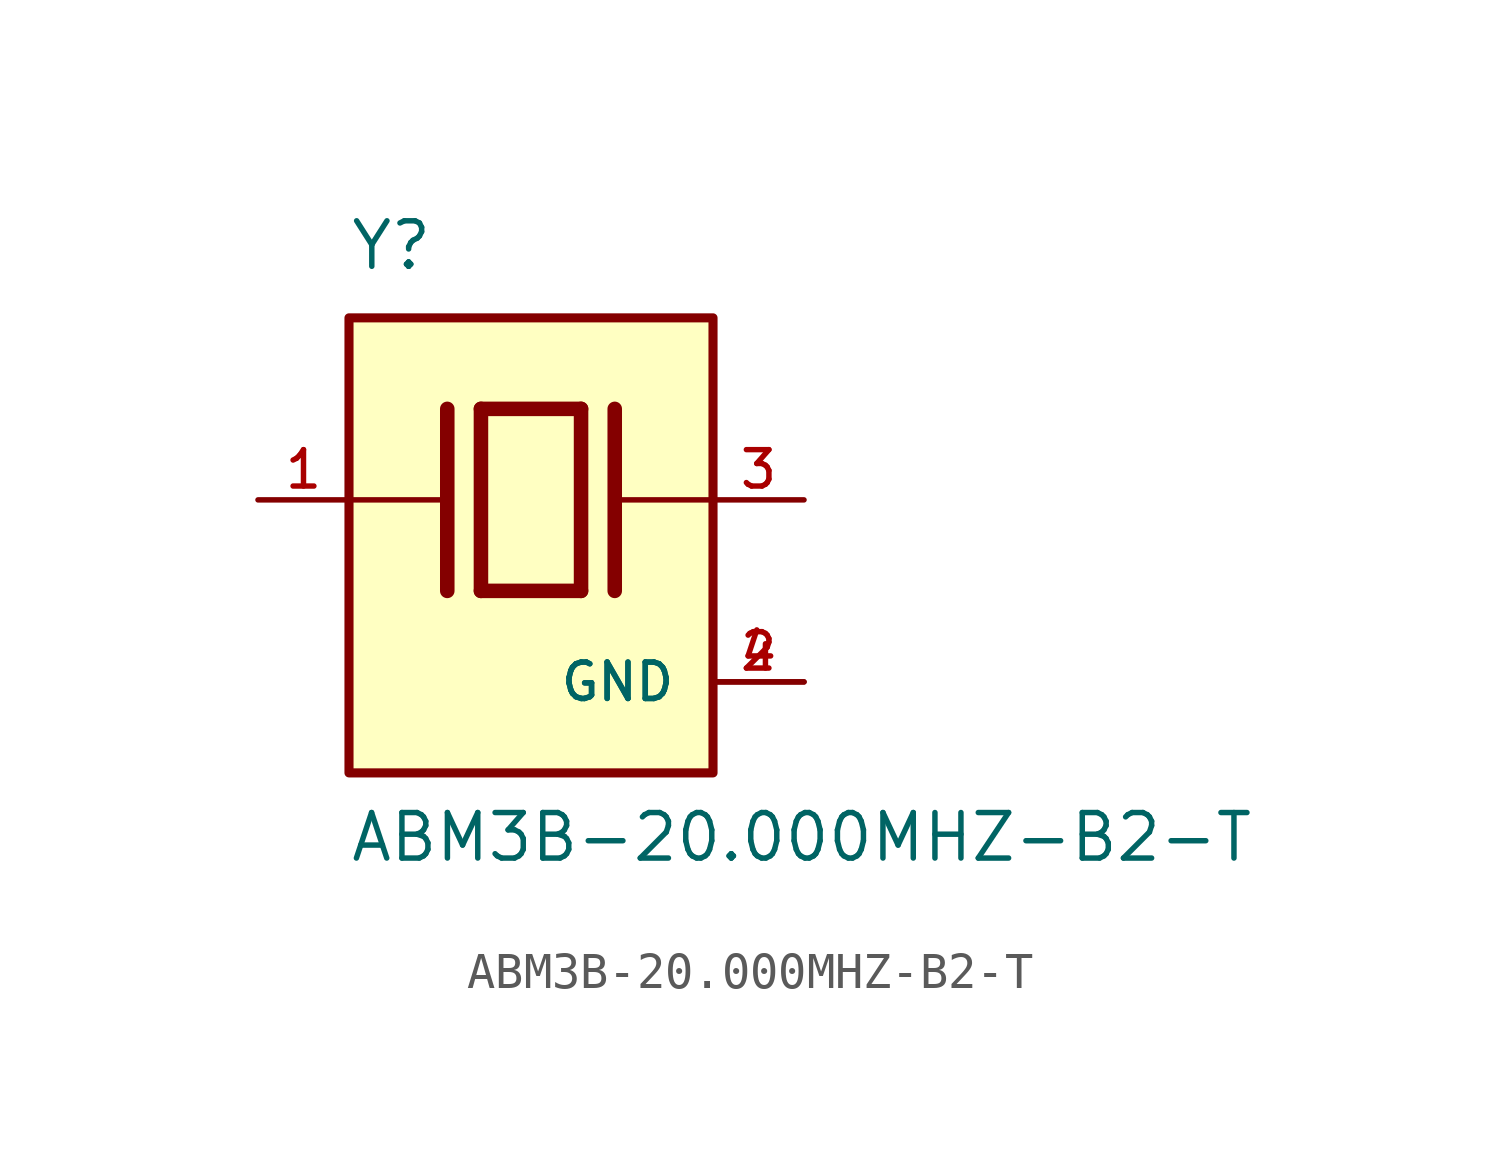
<source format=kicad_sym>
(kicad_symbol_lib
  (version 20211014)
  (generator kicad_symbol_editor)
  (symbol "ABM3B-20.000MHZ-B2-T"
    (pin_names
      (offset 1.016))
    (property "Reference" "Y"
      (at -5.088 6.356 0)
      (effects (font (size 1.27 1.27)) (justify bottom left)))
    (property "Value" "ABM3B-20.000MHZ-B2-T"
      (at -5.094 -10.16 0)
      (effects (font (size 1.27 1.27)) (justify bottom left)))
    (symbol "ABM3B-20.000MHZ-B2-T_0_0"
      (polyline (pts (xy -1.397 2.54) (xy 1.397 2.54)) (stroke (width 0.406)))
      (polyline (pts (xy 1.397 2.54) (xy 1.397 -2.54)) (stroke (width 0.406)))
      (polyline (pts (xy 1.397 -2.54) (xy -1.397 -2.54)) (stroke (width 0.406)))
      (polyline (pts (xy -1.397 2.54) (xy -1.397 -2.54)) (stroke (width 0.406)))
      (polyline (pts (xy 2.337 2.54) (xy 2.337 -2.54)) (stroke (width 0.406)))
      (polyline (pts (xy -2.337 2.54) (xy -2.337 -2.54)) (stroke (width 0.406)))
      (polyline (pts (xy -5.08 0.0) (xy -2.54 0.0)) (stroke (width 0.152)))
      (polyline (pts (xy 2.54 0.0) (xy 5.08 0.0)) (stroke (width 0.152)))
      (rectangle (start -5.08 -7.62) (end 5.08 5.08) (stroke (width 0.254)) (fill (type background)))
      (pin passive line (at 7.62 0.0 180.0) (length 2.54) (name "~" (effects (font (size 1.016 1.016)))) (number "3" (effects (font (size 1.016 1.016)))))
      (pin passive line (at -7.62 0.0 0) (length 2.54) (name "~" (effects (font (size 1.016 1.016)))) (number "1" (effects (font (size 1.016 1.016)))))
      (pin power_in line (at 7.62 -5.08 180.0) (length 2.54) (name "GND" (effects (font (size 1.016 1.016)))) (number "2" (effects (font (size 1.016 1.016)))))
      (pin power_in line (at 7.62 -5.08 180.0) (length 2.54) (name "GND" (effects (font (size 1.016 1.016)))) (number "4" (effects (font (size 1.016 1.016))))))))
</source>
